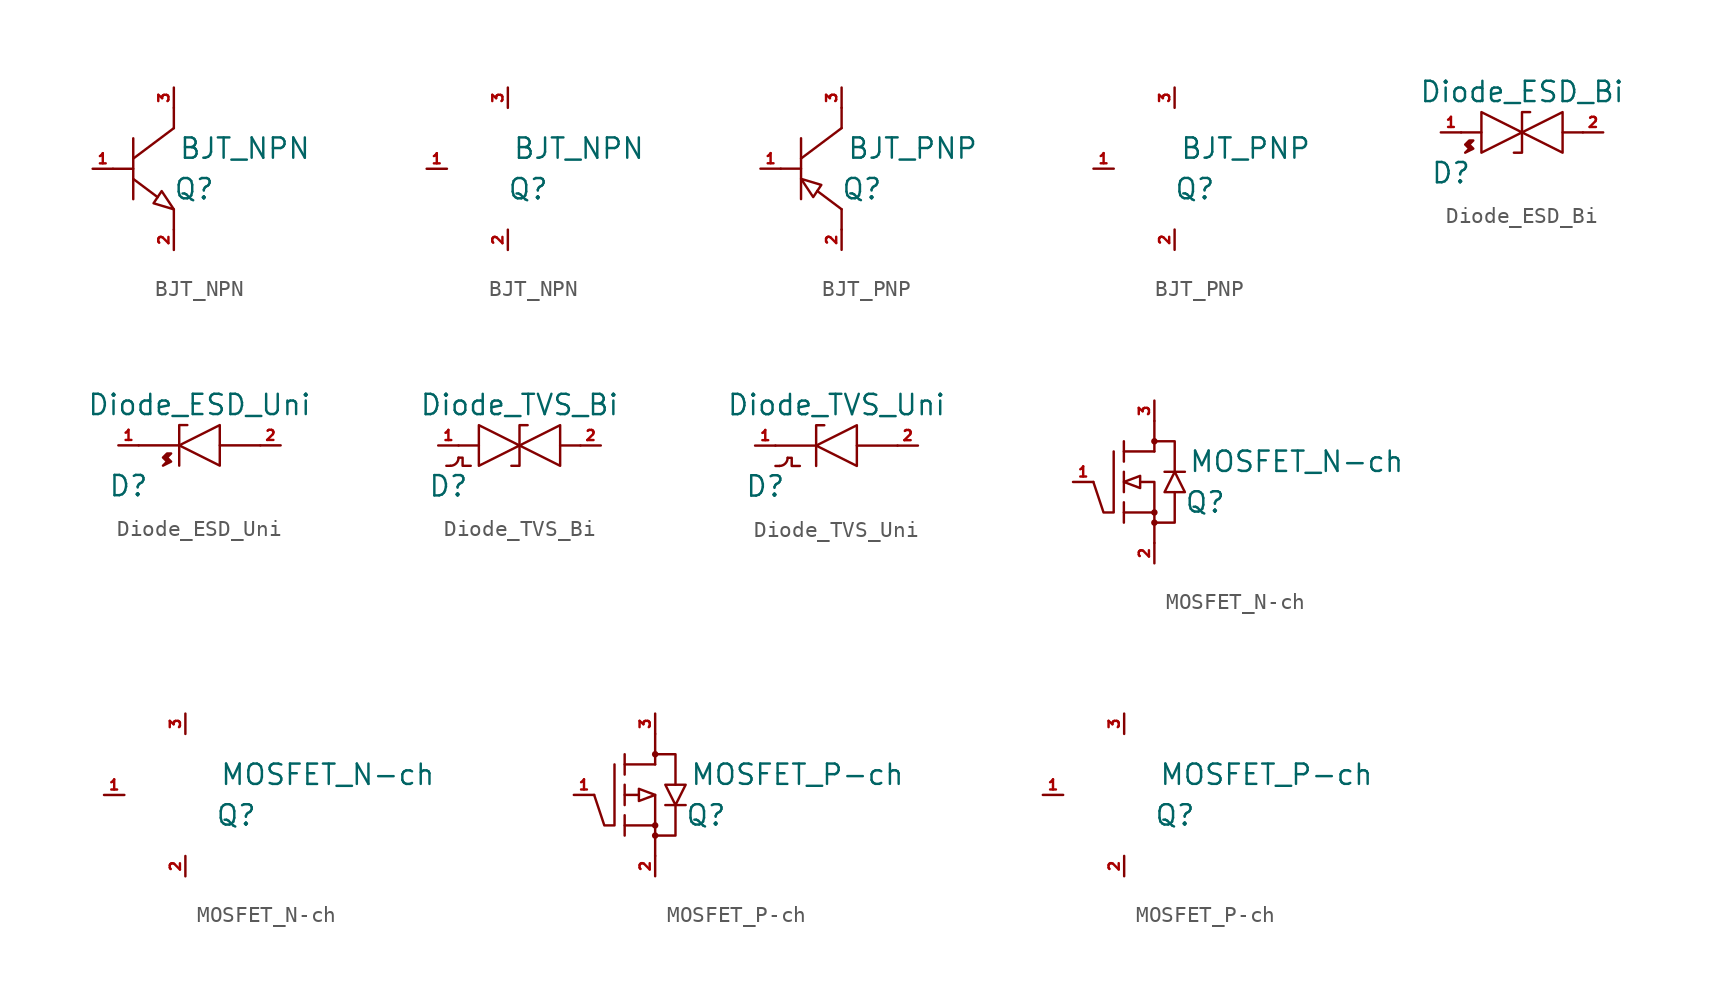
<source format=kicad_sym>
(kicad_symbol_lib
  (version 20211014)
  (generator kicad_symbol_editor)
  (symbol "BJT_NPN"
    (pin_names
      (offset 1.016) hide)
    (property "Reference" "Q"
      (at 1.27 -1.27 0)
      (effects (font (size 1.27 1.27))))
    (property "Value" "BJT_NPN"
      (at 4.445 1.27 0)
      (effects (font (size 1.27 1.27))))
    (symbol "BJT_NPN_0_1"
      (polyline (pts (xy -3.81 0) (xy -2.54 0)) (stroke (width 0) (type default) (color 0 0 0 0)) (fill (type none)))
      (polyline (pts (xy -2.54 0.635) (xy 0 2.54)) (stroke (width 0) (type default) (color 0 0 0 0)) (fill (type none)))
      (polyline (pts (xy -2.54 1.905) (xy -2.54 -1.905)) (stroke (width 0) (type default) (color 0 0 0 0)) (fill (type none)))
      (polyline (pts (xy -1.016 -1.778) (xy -2.54 -0.635)) (stroke (width 0) (type default) (color 0 0 0 0)) (fill (type none)))
      (polyline (pts (xy 0 -3.81) (xy 0 -2.54)) (stroke (width 0) (type default) (color 0 0 0 0)) (fill (type none)))
      (polyline (pts (xy 0 3.81) (xy 0 2.54)) (stroke (width 0) (type default) (color 0 0 0 0)) (fill (type none)))
      (polyline (pts (xy -0.762 -1.397) (xy -1.27 -2.159) (xy 0 -2.54) (xy -0.762 -1.397)) (stroke (width 0) (type default) (color 0 0 0 0)) (fill (type none))))
    (symbol "BJT_NPN_1_1"
      (pin passive line (at -5.08 0 0) (length 1.27) (name "Base" (effects (font (size 0.635 0.635)))) (number "1" (effects (font (size 0.635 0.635)))))
      (pin passive line (at 0 -5.08 90) (length 1.27) (name "Emitter" (effects (font (size 0.635 0.635)))) (number "2" (effects (font (size 0.635 0.635)))))
      (pin passive line (at 0 5.08 270) (length 1.27) (name "Collector" (effects (font (size 0.635 0.635)))) (number "3" (effects (font (size 0.635 0.635))))))
    (symbol "BJT_NPN_1_2"
      (pin passive line (at -5.08 0 0) (length 1.27) (name "Base" (effects (font (size 0.635 0.635)))) (number "1" (effects (font (size 0.635 0.635)))))
      (pin passive line (at 0 -5.08 90) (length 1.27) (name "Emitter" (effects (font (size 0.635 0.635)))) (number "2" (effects (font (size 0.635 0.635)))))
      (pin passive line (at 0 5.08 270) (length 1.27) (name "Collector" (effects (font (size 0.635 0.635)))) (number "3" (effects (font (size 0.635 0.635)))))))
  (symbol "BJT_PNP"
    (pin_names
      (offset 1.016) hide)
    (property "Reference" "Q"
      (at 1.27 -1.27 0)
      (effects (font (size 1.27 1.27))))
    (property "Value" "BJT_PNP"
      (at 4.445 1.27 0)
      (effects (font (size 1.27 1.27))))
    (symbol "BJT_PNP_0_1"
      (polyline (pts (xy -1.524 -1.397) (xy 0 -2.54)) (stroke (width 0) (type default) (color 0 0 0 0)) (fill (type none)))
      (polyline (pts (xy -1.778 -1.778) (xy -1.27 -1.016) (xy -2.54 -0.635) (xy -1.778 -1.778)) (stroke (width 0) (type default) (color 0 0 0 0)) (fill (type none))))
    (symbol "BJT_PNP_1_1"
      (polyline (pts (xy -3.81 0) (xy -2.54 0)) (stroke (width 0) (type default) (color 0 0 0 0)) (fill (type none)))
      (polyline (pts (xy -2.54 0.635) (xy 0 2.54)) (stroke (width 0) (type default) (color 0 0 0 0)) (fill (type none)))
      (polyline (pts (xy -2.54 1.905) (xy -2.54 -1.905)) (stroke (width 0) (type default) (color 0 0 0 0)) (fill (type none)))
      (polyline (pts (xy 0 -3.81) (xy 0 -2.54)) (stroke (width 0) (type default) (color 0 0 0 0)) (fill (type none)))
      (polyline (pts (xy 0 3.81) (xy 0 2.54)) (stroke (width 0) (type default) (color 0 0 0 0)) (fill (type none)))
      (pin passive line (at -5.08 0 0) (length 1.27) (name "Base" (effects (font (size 0.635 0.635)))) (number "1" (effects (font (size 0.635 0.635)))))
      (pin passive line (at 0 -5.08 90) (length 1.27) (name "Emitter" (effects (font (size 0.635 0.635)))) (number "2" (effects (font (size 0.635 0.635)))))
      (pin passive line (at 0 5.08 270) (length 1.27) (name "Collector" (effects (font (size 0.635 0.635)))) (number "3" (effects (font (size 0.635 0.635))))))
    (symbol "BJT_PNP_1_2"
      (pin passive line (at -5.08 0 0) (length 1.27) (name "Base" (effects (font (size 0.635 0.635)))) (number "1" (effects (font (size 0.635 0.635)))))
      (pin passive line (at 0 -5.08 90) (length 1.27) (name "Emitter" (effects (font (size 0.635 0.635)))) (number "2" (effects (font (size 0.635 0.635)))))
      (pin passive line (at 0 5.08 270) (length 1.27) (name "Collector" (effects (font (size 0.635 0.635)))) (number "3" (effects (font (size 0.635 0.635)))))))
  (symbol "Diode_ESD_Bi"
    (pin_names
      (offset 1.016) hide)
    (property "Reference" "D"
      (at -4.445 -2.54 0)
      (effects (font (size 1.27 1.27))))
    (property "Value" "Diode_ESD_Bi"
      (at 0 2.54 0)
      (effects (font (size 1.27 1.27))))
    (symbol "Diode_ESD_Bi_0_1"
      (polyline (pts (xy -3.81 0) (xy -2.54 0)) (stroke (width 0) (type default) (color 0 0 0 0)) (fill (type none)))
      (polyline (pts (xy 2.54 0) (xy 3.81 0)) (stroke (width 0) (type default) (color 0 0 0 0)) (fill (type none)))
      (polyline (pts (xy 0.508 1.27) (xy 0 1.27) (xy 0 -1.27) (xy -0.508 -1.27)) (stroke (width 0) (type default) (color 0 0 0 0)) (fill (type none)))
      (polyline (pts (xy -3.302 -0.508) (xy -3.048 -0.508) (xy -3.302 -0.762) (xy -3.048 -1.016) (xy -3.556 -1.27) (xy -3.302 -1.016) (xy -3.556 -0.762) (xy -3.302 -0.508)) (stroke (width 0) (type default) (color 0 0 0 0)) (fill (type outline))))
    (symbol "Diode_ESD_Bi_1_1"
      (polyline (pts (xy -2.54 -1.27) (xy 0 0) (xy -2.54 1.27) (xy -2.54 -1.27)) (stroke (width 0) (type default) (color 0 0 0 0)) (fill (type none)))
      (polyline (pts (xy 2.54 1.27) (xy 0 0) (xy 2.54 -1.27) (xy 2.54 1.27)) (stroke (width 0) (type default) (color 0 0 0 0)) (fill (type none)))
      (pin passive line (at -5.08 0 0) (length 1.27) (name "Cathode" (effects (font (size 0.635 0.635)))) (number "1" (effects (font (size 0.635 0.635)))))
      (pin passive line (at 5.08 0 180) (length 1.27) (name "Anode" (effects (font (size 0.635 0.635)))) (number "2" (effects (font (size 0.635 0.635)))))))
  (symbol "Diode_ESD_Uni"
    (pin_names
      (offset 1.016) hide)
    (property "Reference" "D"
      (at -4.445 -2.54 0)
      (effects (font (size 1.27 1.27))))
    (property "Value" "Diode_ESD_Uni"
      (at 0 2.54 0)
      (effects (font (size 1.27 1.27))))
    (symbol "Diode_ESD_Uni_0_1"
      (polyline (pts (xy -0.762 1.27) (xy -1.27 1.27) (xy -1.27 -1.27)) (stroke (width 0) (type default) (color 0 0 0 0)) (fill (type none))))
    (symbol "Diode_ESD_Uni_1_1"
      (polyline (pts (xy -3.81 0) (xy -1.27 0)) (stroke (width 0) (type default) (color 0 0 0 0)) (fill (type none)))
      (polyline (pts (xy 1.27 0) (xy 3.81 0)) (stroke (width 0) (type default) (color 0 0 0 0)) (fill (type none)))
      (polyline (pts (xy 1.27 1.27) (xy -1.27 0) (xy 1.27 -1.27) (xy 1.27 1.27)) (stroke (width 0) (type default) (color 0 0 0 0)) (fill (type none)))
      (polyline (pts (xy -2.032 -0.508) (xy -1.778 -0.508) (xy -2.032 -0.762) (xy -1.778 -1.016) (xy -2.286 -1.27) (xy -2.032 -1.016) (xy -2.286 -0.762) (xy -2.032 -0.508)) (stroke (width 0) (type default) (color 0 0 0 0)) (fill (type outline)))
      (pin passive line (at -5.08 0 0) (length 1.27) (name "Cathode" (effects (font (size 0.635 0.635)))) (number "1" (effects (font (size 0.635 0.635)))))
      (pin passive line (at 5.08 0 180) (length 1.27) (name "Anode" (effects (font (size 0.635 0.635)))) (number "2" (effects (font (size 0.635 0.635)))))))
  (symbol "Diode_TVS_Bi"
    (pin_names
      (offset 1.016) hide)
    (property "Reference" "D"
      (at -4.445 -2.54 0)
      (effects (font (size 1.27 1.27))))
    (property "Value" "Diode_TVS_Bi"
      (at 0 2.54 0)
      (effects (font (size 1.27 1.27))))
    (symbol "Diode_TVS_Bi_0_1"
      (arc (start -4.318 -1.27) (mid -3.9588 -1.1212) (end -3.81 -0.762) (stroke (width 0) (type default) (color 0 0 0 0)) (fill (type none)))
      (polyline (pts (xy -4.572 -1.27) (xy -4.318 -1.27)) (stroke (width 0) (type default) (color 0 0 0 0)) (fill (type none)))
      (polyline (pts (xy -3.81 0) (xy -2.54 0)) (stroke (width 0) (type default) (color 0 0 0 0)) (fill (type none)))
      (polyline (pts (xy 2.54 0) (xy 3.81 0)) (stroke (width 0) (type default) (color 0 0 0 0)) (fill (type none)))
      (polyline (pts (xy -3.81 -0.762) (xy -3.556 -0.762) (xy -3.556 -1.27) (xy -3.048 -1.27)) (stroke (width 0) (type default) (color 0 0 0 0)) (fill (type none)))
      (polyline (pts (xy 0.508 1.27) (xy 0 1.27) (xy 0 -1.27) (xy -0.508 -1.27)) (stroke (width 0) (type default) (color 0 0 0 0)) (fill (type none))))
    (symbol "Diode_TVS_Bi_1_1"
      (polyline (pts (xy -2.54 -1.27) (xy 0 0) (xy -2.54 1.27) (xy -2.54 -1.27)) (stroke (width 0) (type default) (color 0 0 0 0)) (fill (type none)))
      (polyline (pts (xy 2.54 1.27) (xy 0 0) (xy 2.54 -1.27) (xy 2.54 1.27)) (stroke (width 0) (type default) (color 0 0 0 0)) (fill (type none)))
      (pin passive line (at -5.08 0 0) (length 1.27) (name "Cathode" (effects (font (size 0.635 0.635)))) (number "1" (effects (font (size 0.635 0.635)))))
      (pin passive line (at 5.08 0 180) (length 1.27) (name "Anode" (effects (font (size 0.635 0.635)))) (number "2" (effects (font (size 0.635 0.635)))))))
  (symbol "Diode_TVS_Uni"
    (pin_names
      (offset 1.016) hide)
    (property "Reference" "D"
      (at -4.445 -2.54 0)
      (effects (font (size 1.27 1.27))))
    (property "Value" "Diode_TVS_Uni"
      (at 0 2.54 0)
      (effects (font (size 1.27 1.27))))
    (symbol "Diode_TVS_Uni_0_1"
      (arc (start -3.556 -1.27) (mid -3.1968 -1.1212) (end -3.048 -0.762) (stroke (width 0) (type default) (color 0 0 0 0)) (fill (type none)))
      (polyline (pts (xy -3.81 -1.27) (xy -3.556 -1.27)) (stroke (width 0) (type default) (color 0 0 0 0)) (fill (type none)))
      (polyline (pts (xy -0.762 1.27) (xy -1.27 1.27) (xy -1.27 -1.27)) (stroke (width 0) (type default) (color 0 0 0 0)) (fill (type none)))
      (polyline (pts (xy -3.048 -0.762) (xy -2.794 -0.762) (xy -2.794 -1.27) (xy -2.286 -1.27)) (stroke (width 0) (type default) (color 0 0 0 0)) (fill (type none))))
    (symbol "Diode_TVS_Uni_1_1"
      (polyline (pts (xy -3.81 0) (xy -1.27 0)) (stroke (width 0) (type default) (color 0 0 0 0)) (fill (type none)))
      (polyline (pts (xy 1.27 0) (xy 3.81 0)) (stroke (width 0) (type default) (color 0 0 0 0)) (fill (type none)))
      (polyline (pts (xy 1.27 1.27) (xy -1.27 0) (xy 1.27 -1.27) (xy 1.27 1.27)) (stroke (width 0) (type default) (color 0 0 0 0)) (fill (type none)))
      (pin passive line (at -5.08 0 0) (length 1.27) (name "Cathode" (effects (font (size 0.635 0.635)))) (number "1" (effects (font (size 0.635 0.635)))))
      (pin passive line (at 5.08 0 180) (length 1.27) (name "Anode" (effects (font (size 0.635 0.635)))) (number "2" (effects (font (size 0.635 0.635)))))))
  (symbol "MOSFET_N-ch"
    (pin_names
      (offset 1.016) hide)
    (property "Reference" "Q"
      (at 3.175 -1.27 0)
      (effects (font (size 1.27 1.27))))
    (property "Value" "MOSFET_N-ch"
      (at 8.89 1.27 0)
      (effects (font (size 1.27 1.27))))
    (symbol "MOSFET_N-ch_0_1"
      (circle (center 0 -2.54) (radius 0.127) (stroke (width 0) (type default) (color 0 0 0 0)) (fill (type outline)))
      (circle (center 0 -1.905) (radius 0.127) (stroke (width 0) (type default) (color 0 0 0 0)) (fill (type outline)))
      (polyline (pts (xy -1.905 -1.905) (xy 0 -1.905)) (stroke (width 0) (type default) (color 0 0 0 0)) (fill (type none)))
      (polyline (pts (xy -1.905 -1.27) (xy -1.905 -2.54)) (stroke (width 0) (type default) (color 0 0 0 0)) (fill (type none)))
      (polyline (pts (xy -1.905 0.635) (xy -1.905 -0.635)) (stroke (width 0) (type default) (color 0 0 0 0)) (fill (type none)))
      (polyline (pts (xy -1.905 1.905) (xy 0 1.905)) (stroke (width 0) (type default) (color 0 0 0 0)) (fill (type none)))
      (polyline (pts (xy -1.905 2.54) (xy -1.905 1.27)) (stroke (width 0) (type default) (color 0 0 0 0)) (fill (type none)))
      (polyline (pts (xy 0 -1.905) (xy 0 -3.81)) (stroke (width 0) (type default) (color 0 0 0 0)) (fill (type none)))
      (polyline (pts (xy 0 3.81) (xy 0 1.905)) (stroke (width 0) (type default) (color 0 0 0 0)) (fill (type none)))
      (polyline (pts (xy 0.635 0.635) (xy 1.905 0.635)) (stroke (width 0) (type default) (color 0 0 0 0)) (fill (type none)))
      (polyline (pts (xy -0.889 0) (xy 0 0) (xy 0 -1.905)) (stroke (width 0) (type default) (color 0 0 0 0)) (fill (type none)))
      (polyline (pts (xy 0 -2.54) (xy 1.27 -2.54) (xy 1.27 -0.635)) (stroke (width 0) (type default) (color 0 0 0 0)) (fill (type none)))
      (polyline (pts (xy 0 2.54) (xy 1.27 2.54) (xy 1.27 0.635)) (stroke (width 0) (type default) (color 0 0 0 0)) (fill (type none)))
      (polyline (pts (xy -2.54 1.905) (xy -2.54 -1.905) (xy -3.175 -1.905) (xy -3.81 0)) (stroke (width 0) (type default) (color 0 0 0 0)) (fill (type none)))
      (polyline (pts (xy -1.905 0) (xy -0.889 0.381) (xy -0.889 -0.381) (xy -1.905 0)) (stroke (width 0) (type default) (color 0 0 0 0)) (fill (type none)))
      (polyline (pts (xy 1.27 0.635) (xy 0.635 -0.635) (xy 1.905 -0.635) (xy 1.27 0.635)) (stroke (width 0) (type default) (color 0 0 0 0)) (fill (type none)))
      (circle (center 0 2.54) (radius 0.127) (stroke (width 0) (type default) (color 0 0 0 0)) (fill (type outline))))
    (symbol "MOSFET_N-ch_1_1"
      (pin passive line (at -5.08 0 0) (length 1.27) (name "Gate" (effects (font (size 0.635 0.635)))) (number "1" (effects (font (size 0.635 0.635)))))
      (pin passive line (at 0 -5.08 90) (length 1.27) (name "Source" (effects (font (size 0.635 0.635)))) (number "2" (effects (font (size 0.635 0.635)))))
      (pin passive line (at 0 5.08 270) (length 1.27) (name "Drain" (effects (font (size 0.635 0.635)))) (number "3" (effects (font (size 0.635 0.635))))))
    (symbol "MOSFET_N-ch_1_2"
      (pin passive line (at -5.08 0 0) (length 1.27) (name "Gate" (effects (font (size 0.635 0.635)))) (number "1" (effects (font (size 0.635 0.635)))))
      (pin passive line (at 0 -5.08 90) (length 1.27) (name "Source" (effects (font (size 0.635 0.635)))) (number "2" (effects (font (size 0.635 0.635)))))
      (pin passive line (at 0 5.08 270) (length 1.27) (name "Drain" (effects (font (size 0.635 0.635)))) (number "3" (effects (font (size 0.635 0.635)))))))
  (symbol "MOSFET_P-ch"
    (pin_names
      (offset 1.016) hide)
    (property "Reference" "Q"
      (at 3.175 -1.27 0)
      (effects (font (size 1.27 1.27))))
    (property "Value" "MOSFET_P-ch"
      (at 8.89 1.27 0)
      (effects (font (size 1.27 1.27))))
    (symbol "MOSFET_P-ch_0_1"
      (polyline (pts (xy -1.905 0) (xy -1.016 0)) (stroke (width 0) (type default) (color 0 0 0 0)) (fill (type none)))
      (polyline (pts (xy 0 0) (xy 0 -1.905)) (stroke (width 0) (type default) (color 0 0 0 0)) (fill (type none)))
      (polyline (pts (xy 0.635 -0.635) (xy 1.905 -0.635)) (stroke (width 0) (type default) (color 0 0 0 0)) (fill (type none)))
      (polyline (pts (xy 0 0) (xy -1.016 0.381) (xy -1.016 -0.381) (xy 0 0)) (stroke (width 0) (type default) (color 0 0 0 0)) (fill (type none)))
      (polyline (pts (xy 0.635 0.635) (xy 1.905 0.635) (xy 1.27 -0.635) (xy 0.635 0.635)) (stroke (width 0) (type default) (color 0 0 0 0)) (fill (type none))))
    (symbol "MOSFET_P-ch_1_1"
      (circle (center 0 -2.54) (radius 0.127) (stroke (width 0) (type default) (color 0 0 0 0)) (fill (type outline)))
      (circle (center 0 -1.905) (radius 0.127) (stroke (width 0) (type default) (color 0 0 0 0)) (fill (type outline)))
      (polyline (pts (xy -1.905 -1.905) (xy 0 -1.905)) (stroke (width 0) (type default) (color 0 0 0 0)) (fill (type none)))
      (polyline (pts (xy -1.905 -1.27) (xy -1.905 -2.54)) (stroke (width 0) (type default) (color 0 0 0 0)) (fill (type none)))
      (polyline (pts (xy -1.905 0.635) (xy -1.905 -0.635)) (stroke (width 0) (type default) (color 0 0 0 0)) (fill (type none)))
      (polyline (pts (xy -1.905 1.905) (xy 0 1.905)) (stroke (width 0) (type default) (color 0 0 0 0)) (fill (type none)))
      (polyline (pts (xy -1.905 2.54) (xy -1.905 1.27)) (stroke (width 0) (type default) (color 0 0 0 0)) (fill (type none)))
      (polyline (pts (xy 0 -1.905) (xy 0 -3.81)) (stroke (width 0) (type default) (color 0 0 0 0)) (fill (type none)))
      (polyline (pts (xy 0 3.81) (xy 0 1.905)) (stroke (width 0) (type default) (color 0 0 0 0)) (fill (type none)))
      (polyline (pts (xy 0 -2.54) (xy 1.27 -2.54) (xy 1.27 -0.635)) (stroke (width 0) (type default) (color 0 0 0 0)) (fill (type none)))
      (polyline (pts (xy 0 2.54) (xy 1.27 2.54) (xy 1.27 0.635)) (stroke (width 0) (type default) (color 0 0 0 0)) (fill (type none)))
      (polyline (pts (xy -2.54 1.905) (xy -2.54 -1.905) (xy -3.175 -1.905) (xy -3.81 0)) (stroke (width 0) (type default) (color 0 0 0 0)) (fill (type none)))
      (circle (center 0 2.54) (radius 0.127) (stroke (width 0) (type default) (color 0 0 0 0)) (fill (type outline)))
      (pin passive line (at -5.08 0 0) (length 1.27) (name "Gate" (effects (font (size 0.635 0.635)))) (number "1" (effects (font (size 0.635 0.635)))))
      (pin passive line (at 0 -5.08 90) (length 1.27) (name "Source" (effects (font (size 0.635 0.635)))) (number "2" (effects (font (size 0.635 0.635)))))
      (pin passive line (at 0 5.08 270) (length 1.27) (name "Drain" (effects (font (size 0.635 0.635)))) (number "3" (effects (font (size 0.635 0.635))))))
    (symbol "MOSFET_P-ch_1_2"
      (pin passive line (at -5.08 0 0) (length 1.27) (name "Gate" (effects (font (size 0.635 0.635)))) (number "1" (effects (font (size 0.635 0.635)))))
      (pin passive line (at 0 -5.08 90) (length 1.27) (name "Source" (effects (font (size 0.635 0.635)))) (number "2" (effects (font (size 0.635 0.635)))))
      (pin passive line (at 0 5.08 270) (length 1.27) (name "Drain" (effects (font (size 0.635 0.635)))) (number "3" (effects (font (size 0.635 0.635))))))))
</source>
